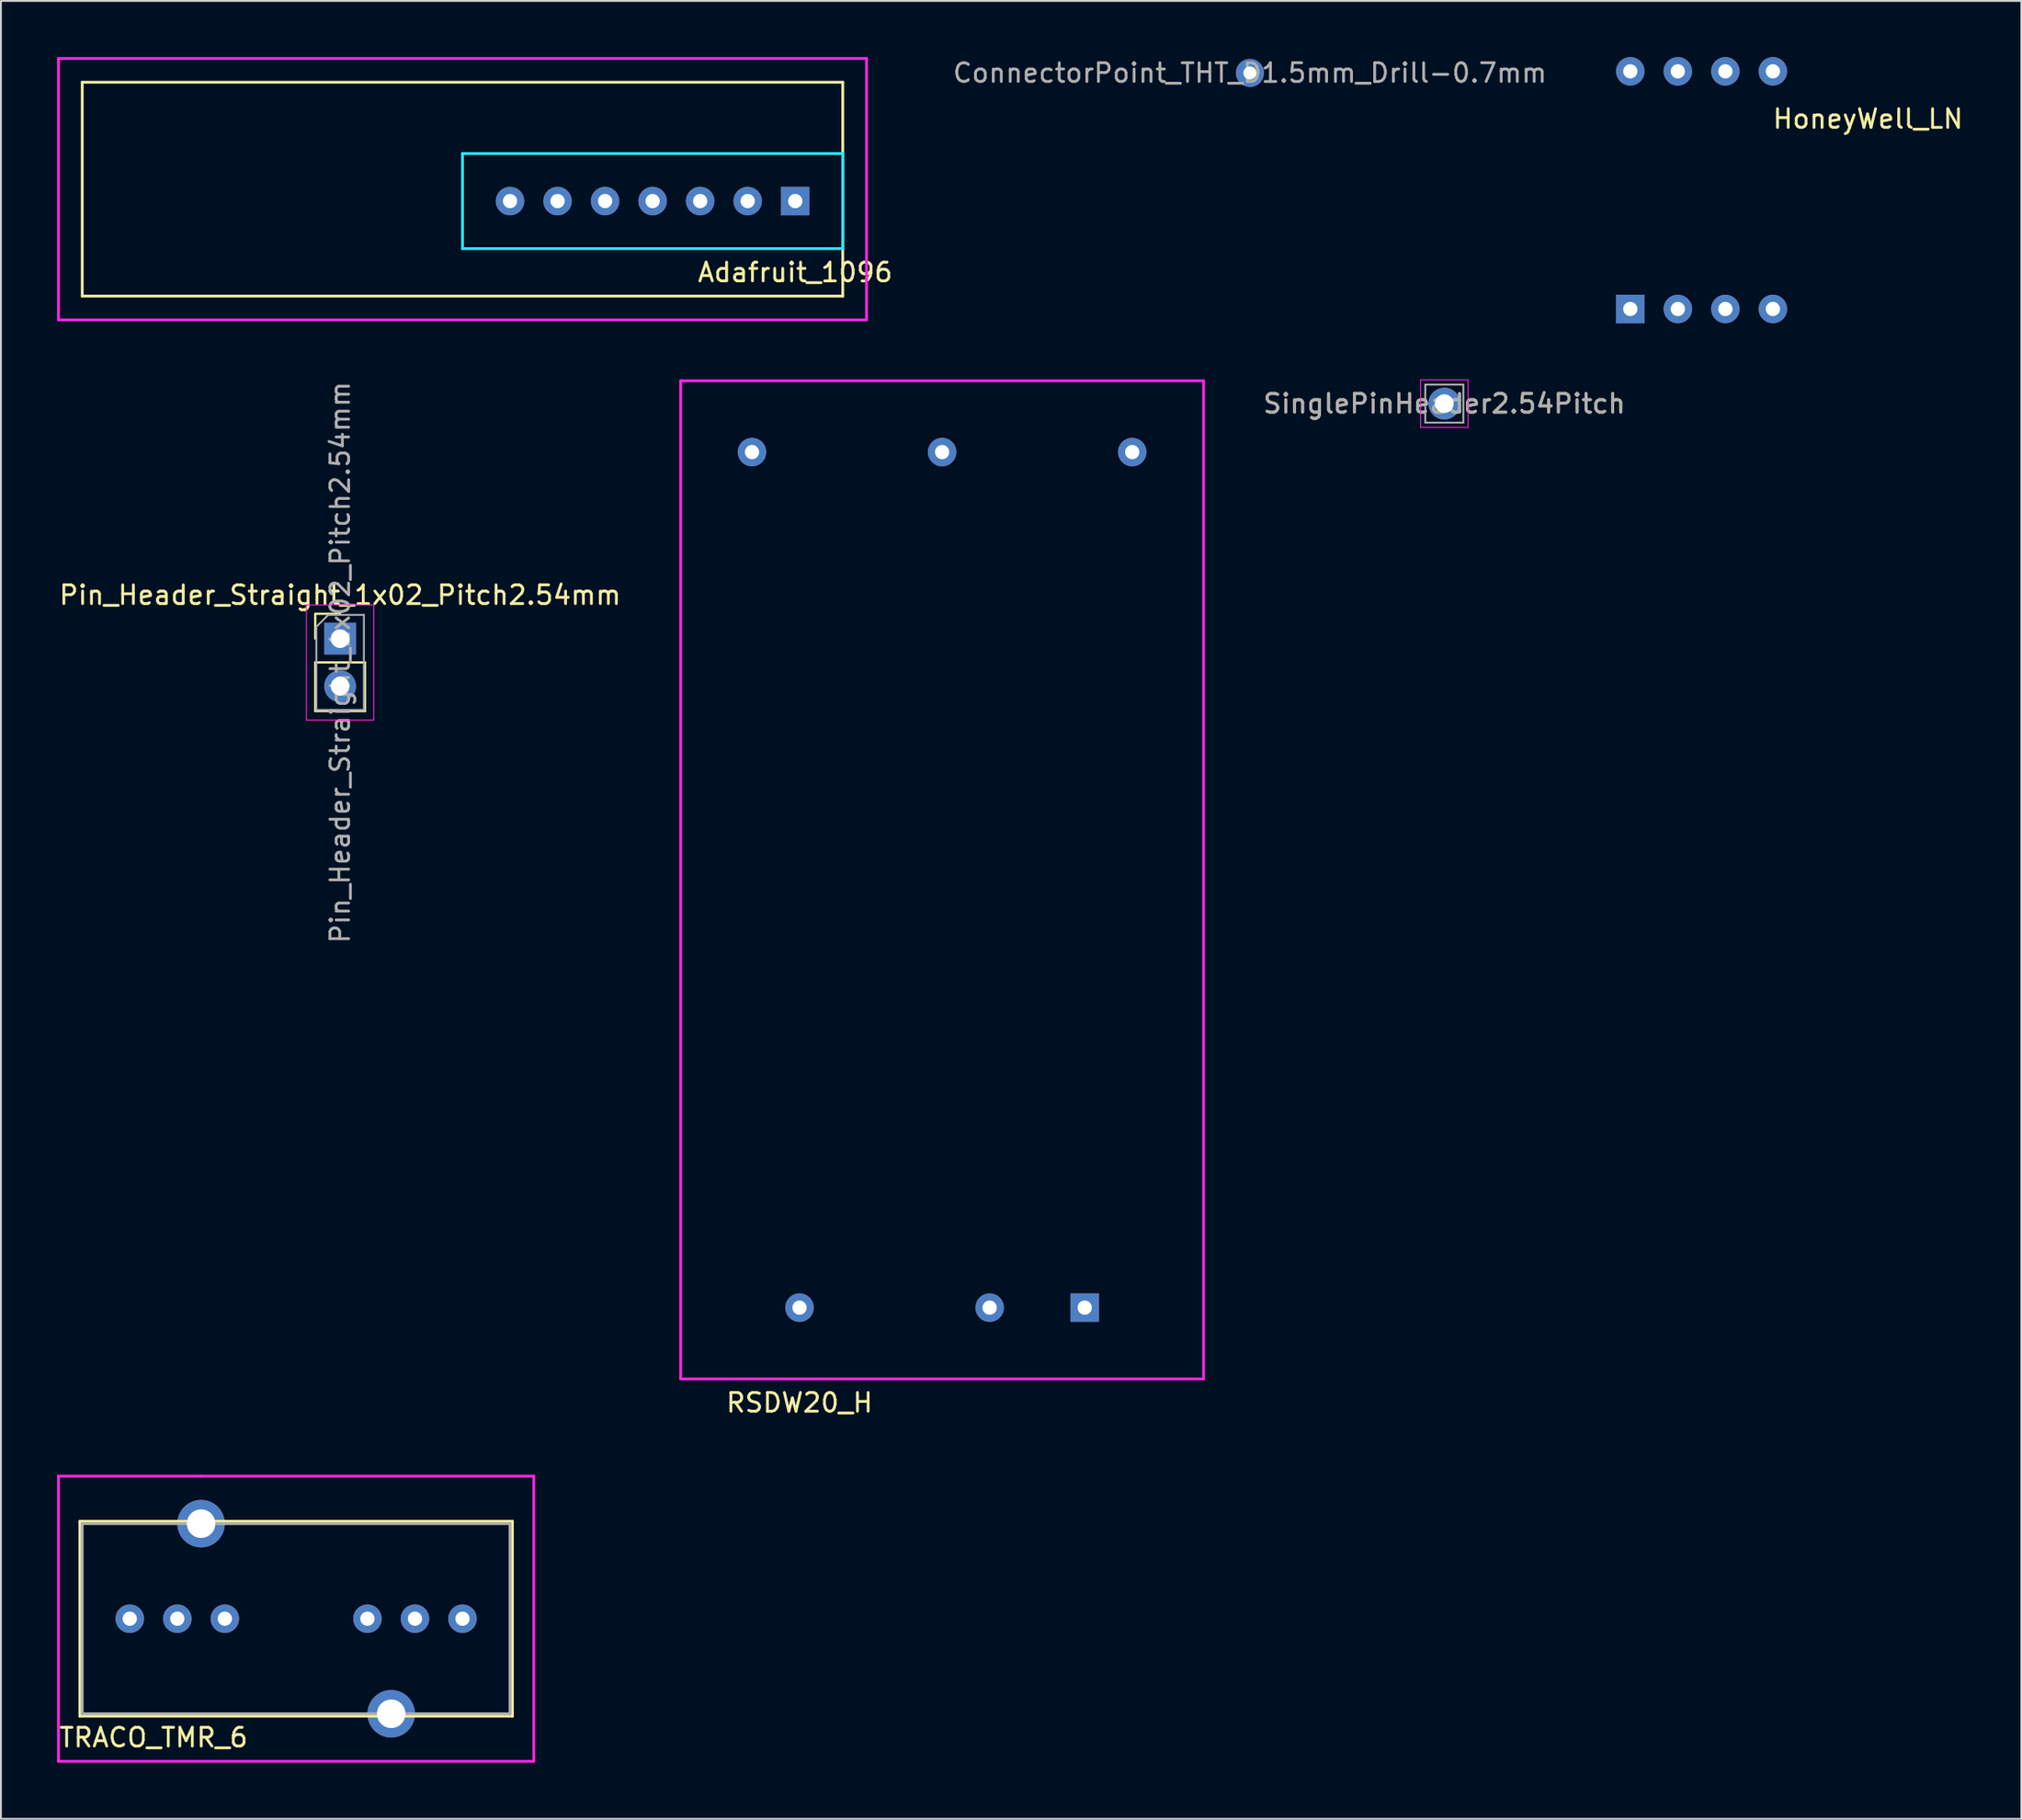
<source format=kicad_pcb>
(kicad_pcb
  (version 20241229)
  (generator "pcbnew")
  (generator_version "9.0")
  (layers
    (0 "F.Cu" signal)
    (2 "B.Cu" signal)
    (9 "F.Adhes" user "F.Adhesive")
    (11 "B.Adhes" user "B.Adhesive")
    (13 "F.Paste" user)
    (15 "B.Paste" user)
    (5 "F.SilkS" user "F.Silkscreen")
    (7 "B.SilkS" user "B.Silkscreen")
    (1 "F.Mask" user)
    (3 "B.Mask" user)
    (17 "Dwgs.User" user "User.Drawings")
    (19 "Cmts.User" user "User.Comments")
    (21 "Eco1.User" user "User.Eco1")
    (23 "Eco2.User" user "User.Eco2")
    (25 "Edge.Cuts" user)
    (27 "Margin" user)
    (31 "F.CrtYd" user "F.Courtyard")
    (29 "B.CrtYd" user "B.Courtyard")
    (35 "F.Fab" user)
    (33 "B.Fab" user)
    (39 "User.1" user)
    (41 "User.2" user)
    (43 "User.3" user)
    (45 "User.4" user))
  (footprint "Adafruit_1096"
    (layer "F.Cu")
    (at 39.445 7.695)
    (property "Reference" "Adafruit_1096" (at 0 3.81 0) (layer "F.SilkS") (effects (font (size 1 1) (thickness 0.15))))
    (attr through_hole)
    (fp_line (start -38.1 -6.35) (end -38.1 5.08) (stroke (width 0.15) (type solid)) (layer "F.SilkS"))
    (fp_line (start -38.1 5.08) (end 2.54 5.08) (stroke (width 0.15) (type solid)) (layer "F.SilkS"))
    (fp_line (start 2.54 -6.35) (end -38.1 -6.35) (stroke (width 0.15) (type solid)) (layer "F.SilkS"))
    (fp_line (start 2.54 5.08) (end 2.54 -6.35) (stroke (width 0.15) (type solid)) (layer "F.SilkS"))
    (fp_line (start -17.78 -2.54) (end -17.78 2.54) (stroke (width 0.15) (type solid)) (layer "B.CrtYd"))
    (fp_line (start -17.78 2.54) (end 2.54 2.54) (stroke (width 0.15) (type solid)) (layer "B.CrtYd"))
    (fp_line (start 2.54 -2.54) (end -17.78 -2.54) (stroke (width 0.15) (type solid)) (layer "B.CrtYd"))
    (fp_line (start 2.54 2.54) (end 2.54 -2.54) (stroke (width 0.15) (type solid)) (layer "B.CrtYd"))
    (fp_line (start -39.37 -7.62) (end -39.37 6.35) (stroke (width 0.15) (type solid)) (layer "F.CrtYd"))
    (fp_line (start -39.37 6.35) (end 3.81 6.35) (stroke (width 0.15) (type solid)) (layer "F.CrtYd"))
    (fp_line (start 3.81 -7.62) (end -39.37 -7.62) (stroke (width 0.15) (type solid)) (layer "F.CrtYd"))
    (fp_line (start 3.81 6.35) (end 3.81 -7.62) (stroke (width 0.15) (type solid)) (layer "F.CrtYd"))
    (pad "1" thru_hole rect (at 0 0) (size 1.524 1.524) (drill 0.762) (layers "*.Cu" "*.Mask"))
    (pad "2" thru_hole circle (at -2.54 0) (size 1.524 1.524) (drill 0.762) (layers "*.Cu" "*.Mask"))
    (pad "3" thru_hole circle (at -5.08 0) (size 1.524 1.524) (drill 0.762) (layers "*.Cu" "*.Mask"))
    (pad "4" thru_hole circle (at -7.62 0) (size 1.524 1.524) (drill 0.762) (layers "*.Cu" "*.Mask"))
    (pad "5" thru_hole circle (at -10.16 0) (size 1.524 1.524) (drill 0.762) (layers "*.Cu" "*.Mask"))
    (pad "6" thru_hole circle (at -12.7 0) (size 1.524 1.524) (drill 0.762) (layers "*.Cu" "*.Mask"))
    (pad "7" thru_hole circle (at -15.24 0) (size 1.524 1.524) (drill 0.762) (layers "*.Cu" "*.Mask")))
  (footprint "HoneyWell_LN"
    (layer "F.Cu")
    (at 87.88 7.112)
    (property "Reference" "HoneyWell_LN" (at 8.89 -3.81 0) (layer "F.SilkS") (effects (font (size 1 1) (thickness 0.15))))
    (attr through_hole)
    (fp_line (start -5.08 -5.08) (end -5.08 5.08) (stroke (width 0.15) (type solid)) (layer "B.Paste"))
    (fp_line (start -5.08 5.08) (end 5.08 5.08) (stroke (width 0.15) (type solid)) (layer "B.Paste"))
    (fp_line (start 5.08 -5.08) (end -5.08 -5.08) (stroke (width 0.15) (type solid)) (layer "B.Paste"))
    (fp_line (start 5.08 5.08) (end 5.08 -5.08) (stroke (width 0.15) (type solid)) (layer "B.Paste"))
    (fp_circle (center 0 0) (end 1.27 -1.27) (stroke (width 0.15) (type solid)) (fill no) (layer "B.Paste"))
    (pad "1" thru_hole rect (at -3.81 6.35) (size 1.524 1.524) (drill 0.762) (layers "*.Cu" "*.Mask"))
    (pad "2" thru_hole circle (at -1.27 6.35) (size 1.524 1.524) (drill 0.762) (layers "*.Cu" "*.Mask"))
    (pad "3" thru_hole circle (at 1.27 6.35) (size 1.524 1.524) (drill 0.762) (layers "*.Cu" "*.Mask"))
    (pad "4" thru_hole circle (at 3.81 6.35) (size 1.524 1.524) (drill 0.762) (layers "*.Cu" "*.Mask"))
    (pad "5" thru_hole circle (at 3.81 -6.35) (size 1.524 1.524) (drill 0.762) (layers "*.Cu" "*.Mask"))
    (pad "6" thru_hole circle (at 1.27 -6.35) (size 1.524 1.524) (drill 0.762) (layers "*.Cu" "*.Mask"))
    (pad "7" thru_hole circle (at -1.27 -6.35) (size 1.524 1.524) (drill 0.762) (layers "*.Cu" "*.Mask"))
    (pad "8" thru_hole circle (at -3.81 -6.35) (size 1.524 1.524) (drill 0.762) (layers "*.Cu" "*.Mask")))
  (footprint "RSDW20_H"
    (layer "F.Cu")
    (at 47.295 43.969)
    (property "Reference" "RSDW20_H" (at -7.62 27.94 0) (layer "F.SilkS") (effects (font (size 1 1) (thickness 0.15))))
    (attr through_hole)
    (fp_line (start -12.7 -25.4) (end -12.7 25.4) (stroke (width 0.15) (type solid)) (layer "B.Paste"))
    (fp_line (start -12.7 25.4) (end 12.7 25.4) (stroke (width 0.15) (type solid)) (layer "B.Paste"))
    (fp_line (start 12.7 -25.4) (end -12.7 -25.4) (stroke (width 0.15) (type solid)) (layer "B.Paste"))
    (fp_line (start 12.7 25.4) (end 12.7 -25.4) (stroke (width 0.15) (type solid)) (layer "B.Paste"))
    (fp_line (start -13.97 -26.67) (end -13.97 26.67) (stroke (width 0.15) (type solid)) (layer "F.CrtYd"))
    (fp_line (start -13.97 26.67) (end 13.97 26.67) (stroke (width 0.15) (type solid)) (layer "F.CrtYd"))
    (fp_line (start 13.97 -26.67) (end -13.97 -26.67) (stroke (width 0.15) (type solid)) (layer "F.CrtYd"))
    (fp_line (start 13.97 26.67) (end 13.97 -26.67) (stroke (width 0.15) (type solid)) (layer "F.CrtYd"))
    (pad "1" thru_hole rect (at 7.62 22.86) (size 1.524 1.524) (drill 0.762) (layers "*.Cu" "*.Mask"))
    (pad "2" thru_hole circle (at 2.54 22.86) (size 1.524 1.524) (drill 0.762) (layers "*.Cu" "*.Mask"))
    (pad "3" thru_hole circle (at 10.16 -22.86) (size 1.524 1.524) (drill 0.762) (layers "*.Cu" "*.Mask"))
    (pad "4" thru_hole circle (at -10.16 -22.86) (size 1.524 1.524) (drill 0.762) (layers "*.Cu" "*.Mask"))
    (pad "5" thru_hole circle (at 0 -22.86) (size 1.524 1.524) (drill 0.762) (layers "*.Cu" "*.Mask"))
    (pad "6" thru_hole circle (at -7.62 22.86) (size 1.524 1.524) (drill 0.762) (layers "*.Cu" "*.Mask")))
  (footprint "ConnectorPoint_THT_D1.5mm_Drill-0.7mm"
    (layer "F.Cu")
    (at 63.743 0.848)
    (property "Reference" "ConnectorPoint_THT_D1.5mm_Drill-0.7mm" (at 0 0 0) (layer "F.Fab") (effects (font (size 1 1) (thickness 0.15))))
    (attr through_hole)
    (pad "1" thru_hole circle (at 0 0) (size 1.5 1.5) (drill 0.7) (layers "*.Cu" "*.Mask")))
  (footprint "SinglePinHeader2.54Pitch"
    (layer "F.Cu")
    (at 74.132 18.519)
    (property "Reference" "SinglePinHeader2.54Pitch" (at 0 0 0) (layer "F.SilkS") (effects (font (size 1 1) (thickness 0.15))))
    (attr through_hole)
    (fp_line (start -1.27 -1.27) (end -1.27 1.27) (stroke (width 0.05) (type solid)) (layer "F.CrtYd"))
    (fp_line (start -1.27 1.27) (end 1.27 1.27) (stroke (width 0.05) (type solid)) (layer "F.CrtYd"))
    (fp_line (start 1.27 -1.27) (end -1.27 -1.27) (stroke (width 0.05) (type solid)) (layer "F.CrtYd"))
    (fp_line (start 1.27 1.27) (end 1.27 -1.27) (stroke (width 0.05) (type solid)) (layer "F.CrtYd"))
    (fp_line (start -1.016 -1.016) (end 1.016 -1.016) (stroke (width 0.1) (type solid)) (layer "F.Fab"))
    (fp_line (start -1.016 1.016) (end -1.016 -1.016) (stroke (width 0.1) (type solid)) (layer "F.Fab"))
    (fp_line (start 1.016 -1.016) (end 1.016 1.016) (stroke (width 0.1) (type solid)) (layer "F.Fab"))
    (fp_line (start 1.016 1.016) (end -1.016 1.016) (stroke (width 0.1) (type solid)) (layer "F.Fab"))
    (fp_text user "${REFERENCE}" (at 0 0 180) (layer "F.Fab") (effects (font (size 1 1) (thickness 0.15))))
    (pad "1" thru_hole oval (at 0 0) (size 1.7 1.7) (drill 1) (layers "*.Cu" "*.Mask")))
  (footprint "Pin_Header_Straight_1x02_Pitch2.54mm"
    (layer "F.Cu")
    (at 15.125 31.079)
    (property "Reference" "Pin_Header_Straight_1x02_Pitch2.54mm" (at 0 -2.33 0) (layer "F.SilkS") (effects (font (size 1 1) (thickness 0.15))))
    (attr through_hole)
    (fp_line (start -1.33 -1.33) (end 0 -1.33) (stroke (width 0.12) (type solid)) (layer "F.SilkS"))
    (fp_line (start -1.33 0) (end -1.33 -1.33) (stroke (width 0.12) (type solid)) (layer "F.SilkS"))
    (fp_line (start -1.33 1.27) (end -1.33 3.87) (stroke (width 0.12) (type solid)) (layer "F.SilkS"))
    (fp_line (start -1.33 1.27) (end 1.33 1.27) (stroke (width 0.12) (type solid)) (layer "F.SilkS"))
    (fp_line (start -1.33 3.87) (end 1.33 3.87) (stroke (width 0.12) (type solid)) (layer "F.SilkS"))
    (fp_line (start 1.33 1.27) (end 1.33 3.87) (stroke (width 0.12) (type solid)) (layer "F.SilkS"))
    (fp_line (start -1.8 -1.8) (end -1.8 4.35) (stroke (width 0.05) (type solid)) (layer "F.CrtYd"))
    (fp_line (start -1.8 4.35) (end 1.8 4.35) (stroke (width 0.05) (type solid)) (layer "F.CrtYd"))
    (fp_line (start 1.8 -1.8) (end -1.8 -1.8) (stroke (width 0.05) (type solid)) (layer "F.CrtYd"))
    (fp_line (start 1.8 4.35) (end 1.8 -1.8) (stroke (width 0.05) (type solid)) (layer "F.CrtYd"))
    (fp_line (start -1.27 -0.635) (end -0.635 -1.27) (stroke (width 0.1) (type solid)) (layer "F.Fab"))
    (fp_line (start -1.27 3.81) (end -1.27 -0.635) (stroke (width 0.1) (type solid)) (layer "F.Fab"))
    (fp_line (start -0.635 -1.27) (end 1.27 -1.27) (stroke (width 0.1) (type solid)) (layer "F.Fab"))
    (fp_line (start 1.27 -1.27) (end 1.27 3.81) (stroke (width 0.1) (type solid)) (layer "F.Fab"))
    (fp_line (start 1.27 3.81) (end -1.27 3.81) (stroke (width 0.1) (type solid)) (layer "F.Fab"))
    (fp_text user "${REFERENCE}" (at 0 1.27 90) (layer "F.Fab") (effects (font (size 1 1) (thickness 0.15))))
    (pad "1" thru_hole rect (at 0 0) (size 1.7 1.7) (drill 1) (layers "*.Cu" "*.Mask"))
    (pad "2" thru_hole oval (at 0 2.54) (size 1.7 1.7) (drill 1) (layers "*.Cu" "*.Mask")))
  (footprint "TRACO_TMR_6"
    (layer "F.Cu")
    (at 12.775 83.452)
    (property "Reference" "TRACO_TMR_6" (at -7.62 6.35 0) (layer "F.SilkS") (effects (font (size 1 1) (thickness 0.15))))
    (attr through_hole)
    (fp_line (start -11.557 -5.207) (end -11.557 5.207) (stroke (width 0.15) (type solid)) (layer "F.SilkS"))
    (fp_line (start -11.557 5.207) (end 11.557 5.207) (stroke (width 0.15) (type solid)) (layer "F.SilkS"))
    (fp_line (start 11.557 -5.207) (end -11.557 -5.207) (stroke (width 0.15) (type solid)) (layer "F.SilkS"))
    (fp_line (start 11.557 5.207) (end 11.557 -5.207) (stroke (width 0.15) (type solid)) (layer "F.SilkS"))
    (fp_line (start -12.7 -7.62) (end -12.7 7.62) (stroke (width 0.15) (type solid)) (layer "F.CrtYd"))
    (fp_line (start -12.7 7.62) (end 12.7 7.62) (stroke (width 0.15) (type solid)) (layer "F.CrtYd"))
    (fp_line (start -5.08 -7.62) (end -12.7 -7.62) (stroke (width 0.15) (type solid)) (layer "F.CrtYd"))
    (fp_line (start 12.7 -7.62) (end -5.08 -7.62) (stroke (width 0.15) (type solid)) (layer "F.CrtYd"))
    (fp_line (start 12.7 7.62) (end 12.7 -7.62) (stroke (width 0.15) (type solid)) (layer "F.CrtYd"))
    (fp_line (start -11.43 -5.08) (end -11.43 5.08) (stroke (width 0.15) (type solid)) (layer "F.Fab"))
    (fp_line (start -11.43 5.08) (end 11.43 5.08) (stroke (width 0.15) (type solid)) (layer "F.Fab"))
    (fp_line (start 11.43 -5.08) (end -11.43 -5.08) (stroke (width 0.15) (type solid)) (layer "F.Fab"))
    (fp_line (start 11.43 5.08) (end 11.43 -5.08) (stroke (width 0.15) (type solid)) (layer "F.Fab"))
    (pad "1" thru_hole circle (at -8.89 0) (size 1.524 1.524) (drill 0.762) (layers "*.Cu" "*.Mask"))
    (pad "2" thru_hole circle (at -6.35 0) (size 1.524 1.524) (drill 0.762) (layers "*.Cu" "*.Mask"))
    (pad "3" thru_hole circle (at -3.81 0) (size 1.524 1.524) (drill 0.762) (layers "*.Cu" "*.Mask"))
    (pad "6" thru_hole circle (at 3.81 0) (size 1.524 1.524) (drill 0.762) (layers "*.Cu" "*.Mask"))
    (pad "7" thru_hole circle (at 6.35 0) (size 1.524 1.524) (drill 0.762) (layers "*.Cu" "*.Mask"))
    (pad "8" thru_hole circle (at 8.89 0) (size 1.524 1.524) (drill 0.762) (layers "*.Cu" "*.Mask"))
    (pad "9" thru_hole circle (at -5.08 -5.08) (size 2.54 2.54) (drill 1.524) (layers "*.Cu" "*.Mask"))
    (pad "10" thru_hole circle (at 5.08 5.08) (size 2.54 2.54) (drill 1.524) (layers "*.Cu" "*.Mask")))
  (gr_rect
    (start -3 -3)
    (end 104.966 94.147)
    (stroke (width 0.1) (type default))
    (fill no)
    (layer "Edge.Cuts")))
</source>
